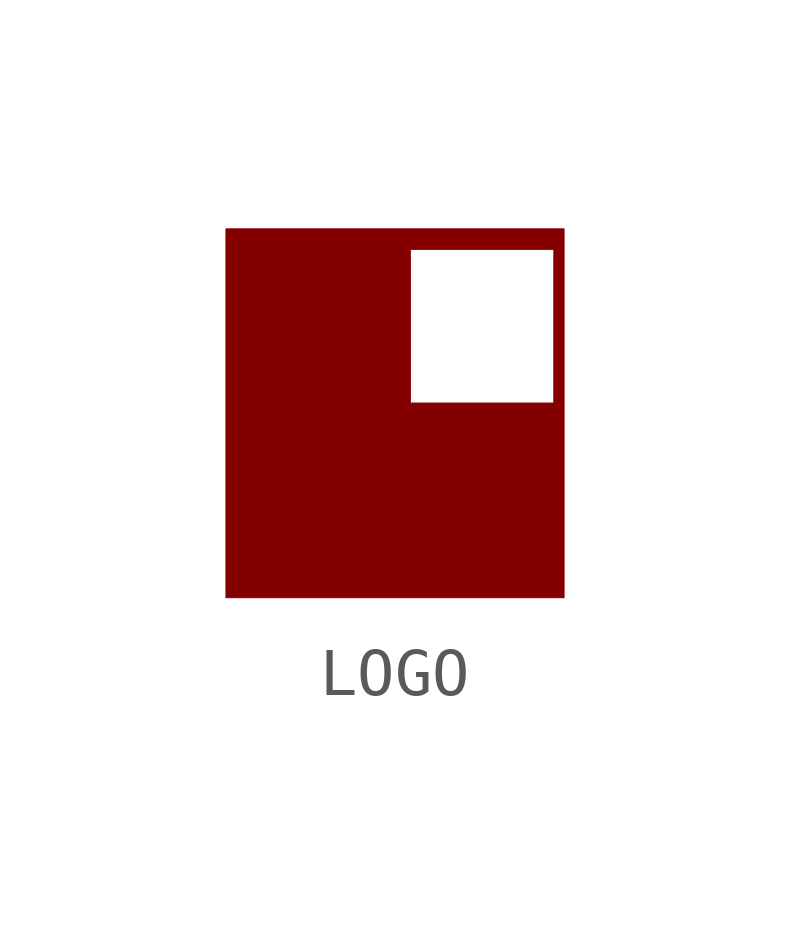
<source format=kicad_sym>
(kicad_symbol_lib
  (version 20220914)
  (generator "bitmap2component")
  (generator_version "8.0")
  (symbol "LOGO"
    (pin_names
      (offset 1.016))
    (property "Reference" "#G"
      (at 0 3.42 0)
      (effects (font (size 1.27 1.27)) hide))
    (symbol "LOGO_0_0"
      (polyline (pts (xy 3.415 0) (xy 3.415 3.842) (xy -0.107 3.842) (xy -3.629 3.842) (xy -3.629 1.814) (xy 0.213 1.814) (xy 0.213 3.415) (xy 1.708 3.415) (xy 3.202 3.415) (xy 3.202 1.814) (xy 3.202 0.213) (xy 1.708 0.213) (xy 0.213 0.213) (xy 0.213 1.814) (xy -3.629 1.814) (xy -3.629 0) (xy -3.629 -3.842) (xy -0.107 -3.842) (xy 3.415 -3.842) (xy 3.415 0)) (stroke (width 0.01) (type default)) (fill (type outline))))))
</source>
